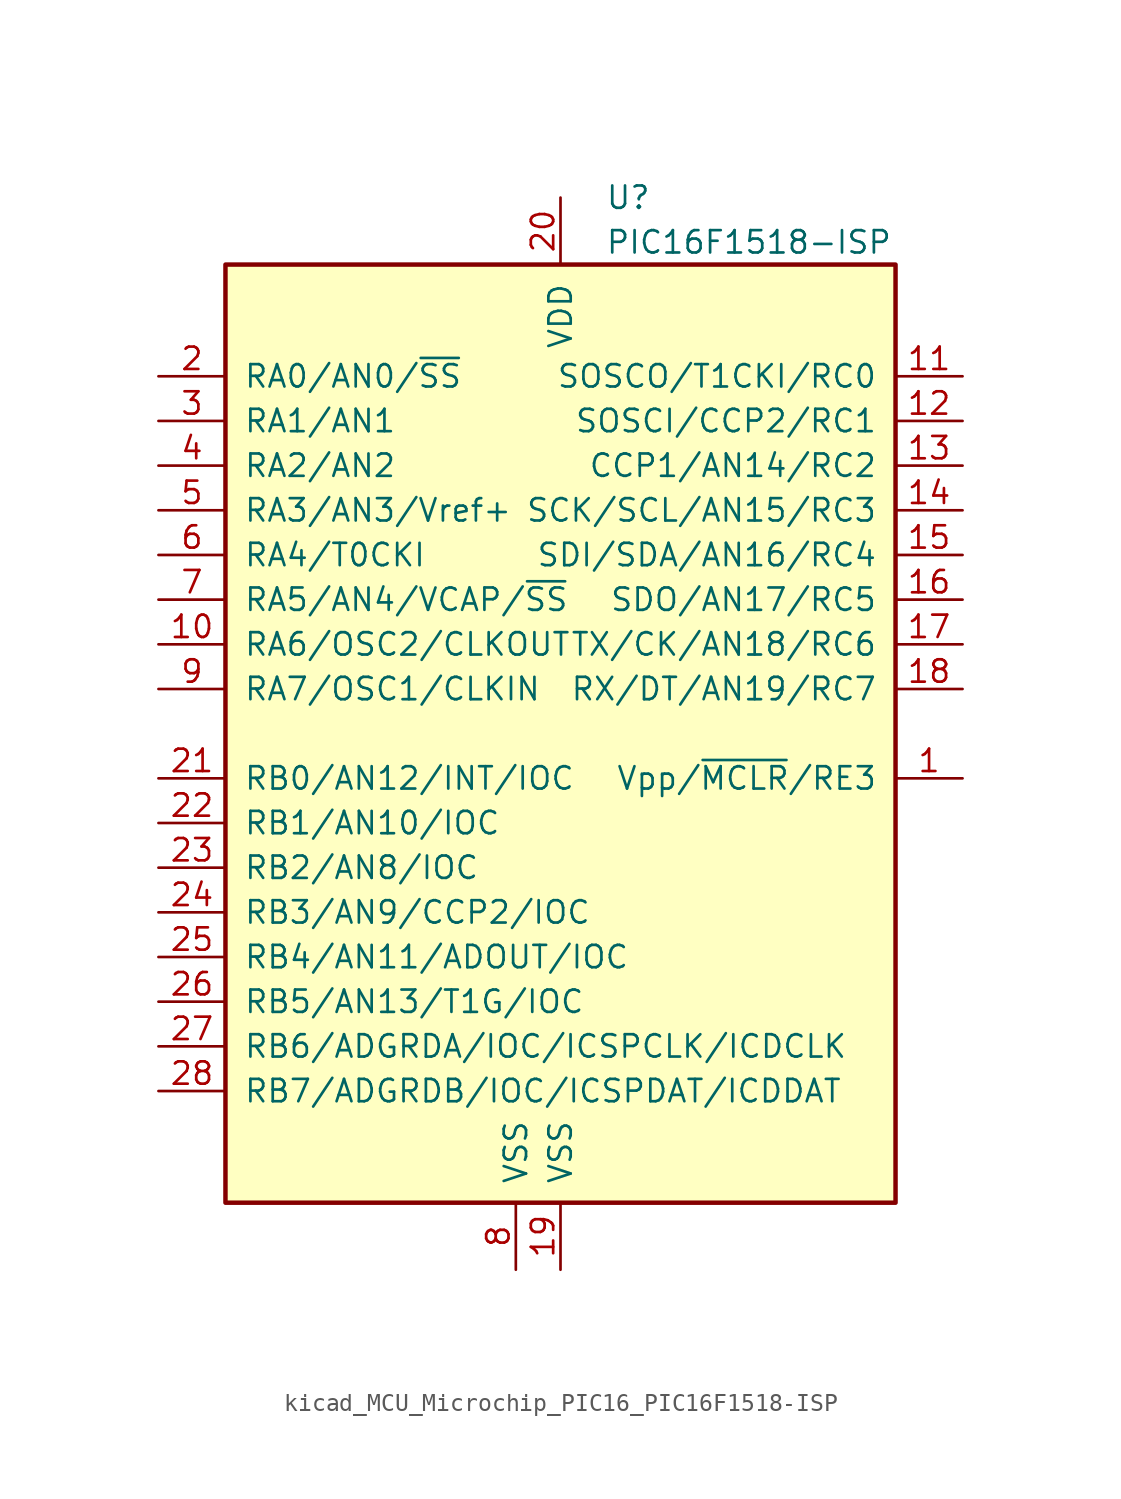
<source format=kicad_sym>
(kicad_symbol_lib
  (version 20220914)
  (generator kicad_symbol_editor)
  (symbol "kicad_MCU_Microchip_PIC16_PIC16F1518-ISP"
    (pin_names
      (offset 1.016))
    (property "Reference" "U"
      (at 2.54 30.48 0)
      (effects (font (size 1.27 1.27)) (justify left)))
    (property "Value" "PIC16F1518-ISP"
      (at 2.54 27.94 0)
      (effects (font (size 1.27 1.27)) (justify left)))
    (symbol "kicad_MCU_Microchip_PIC16_PIC16F1518-ISP_0_1"
      (rectangle (start -19.05 26.67) (end 19.05 -26.67) (stroke (width 0.254) (type default)) (fill (type background))))
    (symbol "kicad_MCU_Microchip_PIC16_PIC16F1518-ISP_1_1"
      (pin input line (at 22.86 -2.54 180) (length 3.81) (name "Vpp/~{MCLR}/RE3" (effects (font (size 1.27 1.27)))) (number "1" (effects (font (size 1.27 1.27)))))
      (pin bidirectional line (at -22.86 5.08 0) (length 3.81) (name "RA6/OSC2/CLKOUT" (effects (font (size 1.27 1.27)))) (number "10" (effects (font (size 1.27 1.27)))))
      (pin bidirectional line (at 22.86 20.32 180) (length 3.81) (name "SOSCO/T1CKI/RC0" (effects (font (size 1.27 1.27)))) (number "11" (effects (font (size 1.27 1.27)))))
      (pin bidirectional line (at 22.86 17.78 180) (length 3.81) (name "SOSCI/CCP2/RC1" (effects (font (size 1.27 1.27)))) (number "12" (effects (font (size 1.27 1.27)))))
      (pin bidirectional line (at 22.86 15.24 180) (length 3.81) (name "CCP1/AN14/RC2" (effects (font (size 1.27 1.27)))) (number "13" (effects (font (size 1.27 1.27)))))
      (pin bidirectional line (at 22.86 12.7 180) (length 3.81) (name "SCK/SCL/AN15/RC3" (effects (font (size 1.27 1.27)))) (number "14" (effects (font (size 1.27 1.27)))))
      (pin bidirectional line (at 22.86 10.16 180) (length 3.81) (name "SDI/SDA/AN16/RC4" (effects (font (size 1.27 1.27)))) (number "15" (effects (font (size 1.27 1.27)))))
      (pin bidirectional line (at 22.86 7.62 180) (length 3.81) (name "SDO/AN17/RC5" (effects (font (size 1.27 1.27)))) (number "16" (effects (font (size 1.27 1.27)))))
      (pin bidirectional line (at 22.86 5.08 180) (length 3.81) (name "TX/CK/AN18/RC6" (effects (font (size 1.27 1.27)))) (number "17" (effects (font (size 1.27 1.27)))))
      (pin bidirectional line (at 22.86 2.54 180) (length 3.81) (name "RX/DT/AN19/RC7" (effects (font (size 1.27 1.27)))) (number "18" (effects (font (size 1.27 1.27)))))
      (pin power_in line (at 0 -30.48 90) (length 3.81) (name "VSS" (effects (font (size 1.27 1.27)))) (number "19" (effects (font (size 1.27 1.27)))))
      (pin bidirectional line (at -22.86 20.32 0) (length 3.81) (name "RA0/AN0/~{SS}" (effects (font (size 1.27 1.27)))) (number "2" (effects (font (size 1.27 1.27)))))
      (pin power_in line (at 0 30.48 270) (length 3.81) (name "VDD" (effects (font (size 1.27 1.27)))) (number "20" (effects (font (size 1.27 1.27)))))
      (pin bidirectional line (at -22.86 -2.54 0) (length 3.81) (name "RB0/AN12/INT/IOC" (effects (font (size 1.27 1.27)))) (number "21" (effects (font (size 1.27 1.27)))))
      (pin bidirectional line (at -22.86 -5.08 0) (length 3.81) (name "RB1/AN10/IOC" (effects (font (size 1.27 1.27)))) (number "22" (effects (font (size 1.27 1.27)))))
      (pin bidirectional line (at -22.86 -7.62 0) (length 3.81) (name "RB2/AN8/IOC" (effects (font (size 1.27 1.27)))) (number "23" (effects (font (size 1.27 1.27)))))
      (pin bidirectional line (at -22.86 -10.16 0) (length 3.81) (name "RB3/AN9/CCP2/IOC" (effects (font (size 1.27 1.27)))) (number "24" (effects (font (size 1.27 1.27)))))
      (pin bidirectional line (at -22.86 -12.7 0) (length 3.81) (name "RB4/AN11/ADOUT/IOC" (effects (font (size 1.27 1.27)))) (number "25" (effects (font (size 1.27 1.27)))))
      (pin bidirectional line (at -22.86 -15.24 0) (length 3.81) (name "RB5/AN13/T1G/IOC" (effects (font (size 1.27 1.27)))) (number "26" (effects (font (size 1.27 1.27)))))
      (pin bidirectional line (at -22.86 -17.78 0) (length 3.81) (name "RB6/ADGRDA/IOC/ICSPCLK/ICDCLK" (effects (font (size 1.27 1.27)))) (number "27" (effects (font (size 1.27 1.27)))))
      (pin bidirectional line (at -22.86 -20.32 0) (length 3.81) (name "RB7/ADGRDB/IOC/ICSPDAT/ICDDAT" (effects (font (size 1.27 1.27)))) (number "28" (effects (font (size 1.27 1.27)))))
      (pin bidirectional line (at -22.86 17.78 0) (length 3.81) (name "RA1/AN1" (effects (font (size 1.27 1.27)))) (number "3" (effects (font (size 1.27 1.27)))))
      (pin bidirectional line (at -22.86 15.24 0) (length 3.81) (name "RA2/AN2" (effects (font (size 1.27 1.27)))) (number "4" (effects (font (size 1.27 1.27)))))
      (pin bidirectional line (at -22.86 12.7 0) (length 3.81) (name "RA3/AN3/Vref+" (effects (font (size 1.27 1.27)))) (number "5" (effects (font (size 1.27 1.27)))))
      (pin bidirectional line (at -22.86 10.16 0) (length 3.81) (name "RA4/T0CKI" (effects (font (size 1.27 1.27)))) (number "6" (effects (font (size 1.27 1.27)))))
      (pin bidirectional line (at -22.86 7.62 0) (length 3.81) (name "RA5/AN4/VCAP/~{SS}" (effects (font (size 1.27 1.27)))) (number "7" (effects (font (size 1.27 1.27)))))
      (pin power_in line (at -2.54 -30.48 90) (length 3.81) (name "VSS" (effects (font (size 1.27 1.27)))) (number "8" (effects (font (size 1.27 1.27)))))
      (pin bidirectional line (at -22.86 2.54 0) (length 3.81) (name "RA7/OSC1/CLKIN" (effects (font (size 1.27 1.27)))) (number "9" (effects (font (size 1.27 1.27))))))))
</source>
